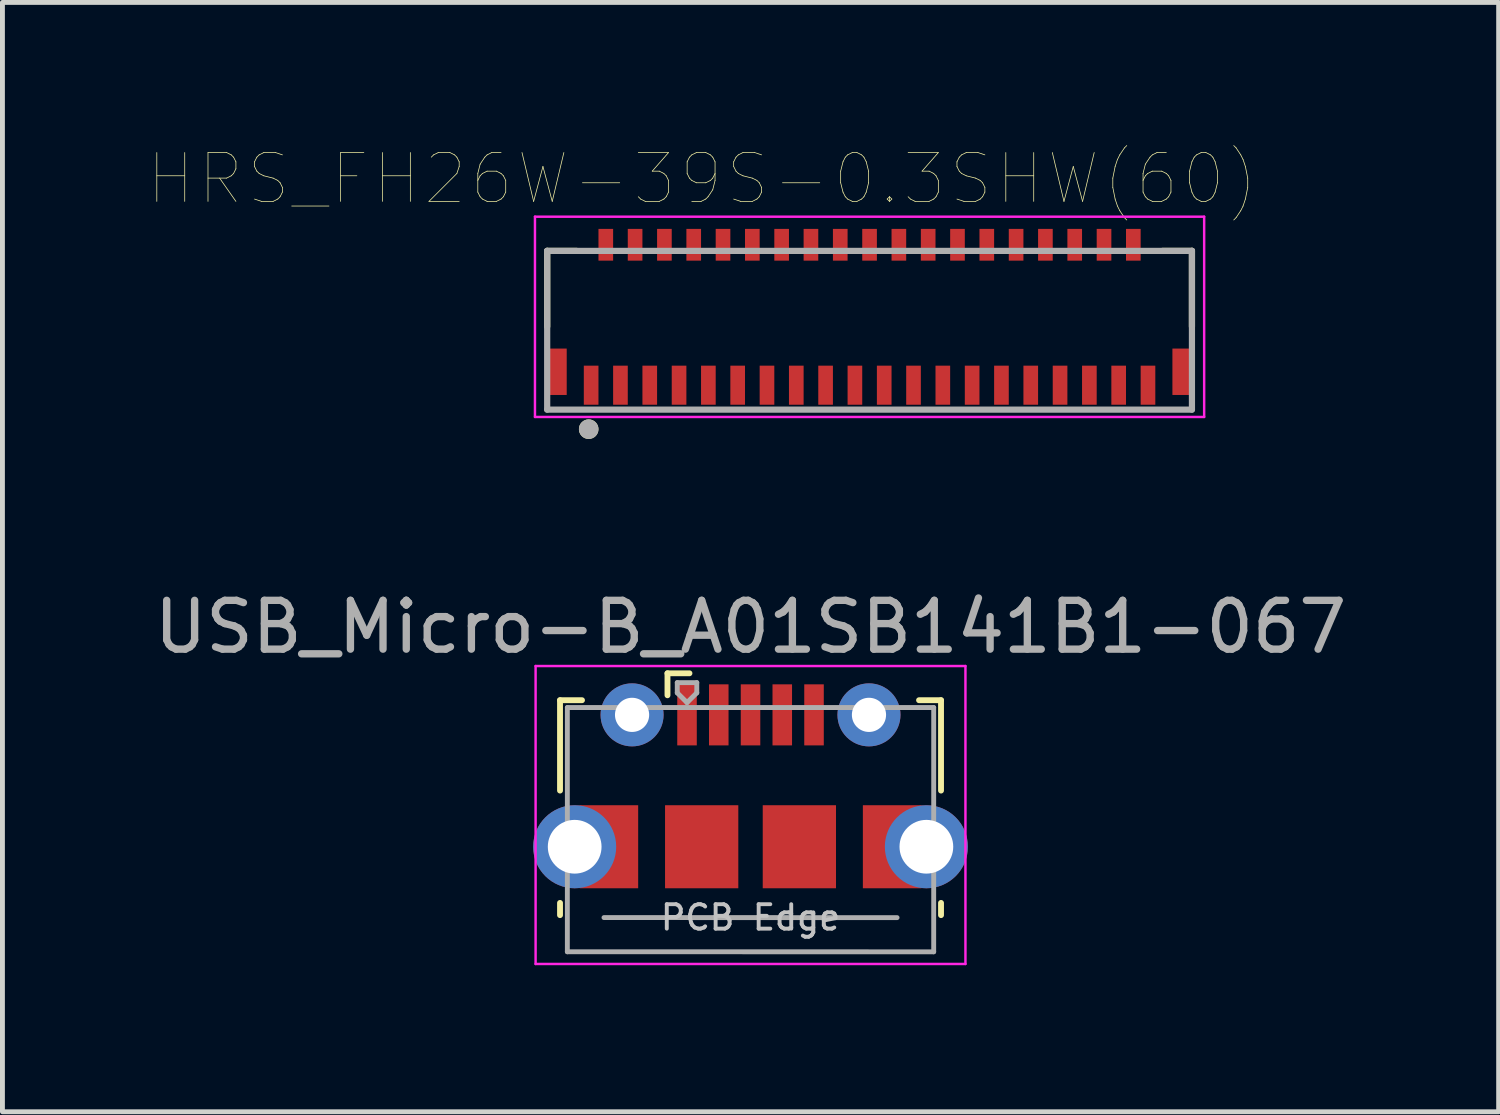
<source format=kicad_pcb>
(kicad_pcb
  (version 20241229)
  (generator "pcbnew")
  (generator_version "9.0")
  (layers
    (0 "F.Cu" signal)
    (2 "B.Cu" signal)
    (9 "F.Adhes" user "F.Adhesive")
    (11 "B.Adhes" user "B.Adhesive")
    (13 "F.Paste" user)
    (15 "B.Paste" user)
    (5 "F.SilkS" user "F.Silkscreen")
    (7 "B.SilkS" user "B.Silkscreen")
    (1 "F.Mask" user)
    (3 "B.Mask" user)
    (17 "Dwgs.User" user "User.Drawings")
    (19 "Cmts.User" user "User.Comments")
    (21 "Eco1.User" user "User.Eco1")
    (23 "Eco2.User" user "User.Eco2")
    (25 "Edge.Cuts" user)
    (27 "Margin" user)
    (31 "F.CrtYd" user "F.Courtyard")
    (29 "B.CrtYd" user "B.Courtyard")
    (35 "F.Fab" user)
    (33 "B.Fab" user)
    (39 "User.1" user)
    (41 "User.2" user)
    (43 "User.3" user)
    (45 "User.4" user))
  (footprint "HRS_FH26W-39S-0.3SHW(60)"
    (layer "F.Cu")
    (at 14.752 3.436)
    (property "Reference" "HRS_FH26W-39S-0.3SHW(60)" (at -3.425 -2.825 0) (layer "F.SilkS") (effects (font (size 1 1) (thickness 0.015))))
    (attr through_hole)
    (fp_line (start -6.6 -1.35) (end -6 -1.35) (stroke (width 0.127) (type solid)) (layer "F.SilkS"))
    (fp_line (start -6.6 0.2) (end -6.6 -1.35) (stroke (width 0.127) (type solid)) (layer "F.SilkS"))
    (fp_line (start 6.6 -1.35) (end 6 -1.35) (stroke (width 0.127) (type solid)) (layer "F.SilkS"))
    (fp_line (start 6.6 0.2) (end 6.6 -1.35) (stroke (width 0.127) (type solid)) (layer "F.SilkS"))
    (fp_circle (center -5.75 2.3) (end -5.65 2.3) (stroke (width 0.2) (type solid)) (fill no) (layer "F.SilkS"))
    (fp_line (start -6.85 -2.05) (end 6.85 -2.05) (stroke (width 0.05) (type solid)) (layer "F.CrtYd"))
    (fp_line (start -6.85 2.05) (end -6.85 -2.05) (stroke (width 0.05) (type solid)) (layer "F.CrtYd"))
    (fp_line (start 6.85 -2.05) (end 6.85 2.05) (stroke (width 0.05) (type solid)) (layer "F.CrtYd"))
    (fp_line (start 6.85 2.05) (end -6.85 2.05) (stroke (width 0.05) (type solid)) (layer "F.CrtYd"))
    (fp_line (start -6.6 -1.35) (end 6.6 -1.35) (stroke (width 0.127) (type solid)) (layer "F.Fab"))
    (fp_line (start -6.6 1.9) (end -6.6 -1.35) (stroke (width 0.127) (type solid)) (layer "F.Fab"))
    (fp_line (start 6.6 -1.35) (end 6.6 1.9) (stroke (width 0.127) (type solid)) (layer "F.Fab"))
    (fp_line (start 6.6 1.9) (end -6.6 1.9) (stroke (width 0.127) (type solid)) (layer "F.Fab"))
    (fp_circle (center -5.75 2.3) (end -5.65 2.3) (stroke (width 0.2) (type solid)) (fill no) (layer "F.Fab"))
    (pad "1" smd rect (at -5.7 1.4) (size 0.3 0.8) (layers "F.Cu" "F.Mask" "F.Paste"))
    (pad "2" smd rect (at -5.4 -1.475) (size 0.3 0.65) (layers "F.Cu" "F.Mask" "F.Paste"))
    (pad "3" smd rect (at -5.1 1.4) (size 0.3 0.8) (layers "F.Cu" "F.Mask" "F.Paste"))
    (pad "4" smd rect (at -4.8 -1.475) (size 0.3 0.65) (layers "F.Cu" "F.Mask" "F.Paste"))
    (pad "5" smd rect (at -4.5 1.4) (size 0.3 0.8) (layers "F.Cu" "F.Mask" "F.Paste"))
    (pad "6" smd rect (at -4.2 -1.475) (size 0.3 0.65) (layers "F.Cu" "F.Mask" "F.Paste"))
    (pad "7" smd rect (at -3.9 1.4) (size 0.3 0.8) (layers "F.Cu" "F.Mask" "F.Paste"))
    (pad "8" smd rect (at -3.6 -1.475) (size 0.3 0.65) (layers "F.Cu" "F.Mask" "F.Paste"))
    (pad "9" smd rect (at -3.3 1.4) (size 0.3 0.8) (layers "F.Cu" "F.Mask" "F.Paste"))
    (pad "10" smd rect (at -3 -1.475) (size 0.3 0.65) (layers "F.Cu" "F.Mask" "F.Paste"))
    (pad "11" smd rect (at -2.7 1.4) (size 0.3 0.8) (layers "F.Cu" "F.Mask" "F.Paste"))
    (pad "12" smd rect (at -2.4 -1.475) (size 0.3 0.65) (layers "F.Cu" "F.Mask" "F.Paste"))
    (pad "13" smd rect (at -2.1 1.4) (size 0.3 0.8) (layers "F.Cu" "F.Mask" "F.Paste"))
    (pad "14" smd rect (at -1.8 -1.475) (size 0.3 0.65) (layers "F.Cu" "F.Mask" "F.Paste"))
    (pad "15" smd rect (at -1.5 1.4) (size 0.3 0.8) (layers "F.Cu" "F.Mask" "F.Paste"))
    (pad "16" smd rect (at -1.2 -1.475) (size 0.3 0.65) (layers "F.Cu" "F.Mask" "F.Paste"))
    (pad "17" smd rect (at -0.9 1.4) (size 0.3 0.8) (layers "F.Cu" "F.Mask" "F.Paste"))
    (pad "18" smd rect (at -0.6 -1.475) (size 0.3 0.65) (layers "F.Cu" "F.Mask" "F.Paste"))
    (pad "19" smd rect (at -0.3 1.4) (size 0.3 0.8) (layers "F.Cu" "F.Mask" "F.Paste"))
    (pad "20" smd rect (at 0 -1.475) (size 0.3 0.65) (layers "F.Cu" "F.Mask" "F.Paste"))
    (pad "21" smd rect (at 0.3 1.4) (size 0.3 0.8) (layers "F.Cu" "F.Mask" "F.Paste"))
    (pad "22" smd rect (at 0.6 -1.475) (size 0.3 0.65) (layers "F.Cu" "F.Mask" "F.Paste"))
    (pad "23" smd rect (at 0.9 1.4) (size 0.3 0.8) (layers "F.Cu" "F.Mask" "F.Paste"))
    (pad "24" smd rect (at 1.2 -1.475) (size 0.3 0.65) (layers "F.Cu" "F.Mask" "F.Paste"))
    (pad "25" smd rect (at 1.5 1.4) (size 0.3 0.8) (layers "F.Cu" "F.Mask" "F.Paste"))
    (pad "26" smd rect (at 1.8 -1.475) (size 0.3 0.65) (layers "F.Cu" "F.Mask" "F.Paste"))
    (pad "27" smd rect (at 2.1 1.4) (size 0.3 0.8) (layers "F.Cu" "F.Mask" "F.Paste"))
    (pad "28" smd rect (at 2.4 -1.475) (size 0.3 0.65) (layers "F.Cu" "F.Mask" "F.Paste"))
    (pad "29" smd rect (at 2.7 1.4) (size 0.3 0.8) (layers "F.Cu" "F.Mask" "F.Paste"))
    (pad "30" smd rect (at 3 -1.475) (size 0.3 0.65) (layers "F.Cu" "F.Mask" "F.Paste"))
    (pad "31" smd rect (at 3.3 1.4) (size 0.3 0.8) (layers "F.Cu" "F.Mask" "F.Paste"))
    (pad "32" smd rect (at 3.6 -1.475) (size 0.3 0.65) (layers "F.Cu" "F.Mask" "F.Paste"))
    (pad "33" smd rect (at 3.9 1.4) (size 0.3 0.8) (layers "F.Cu" "F.Mask" "F.Paste"))
    (pad "34" smd rect (at 4.2 -1.475) (size 0.3 0.65) (layers "F.Cu" "F.Mask" "F.Paste"))
    (pad "35" smd rect (at 4.5 1.4) (size 0.3 0.8) (layers "F.Cu" "F.Mask" "F.Paste"))
    (pad "36" smd rect (at 4.8 -1.475) (size 0.3 0.65) (layers "F.Cu" "F.Mask" "F.Paste"))
    (pad "37" smd rect (at 5.1 1.4) (size 0.3 0.8) (layers "F.Cu" "F.Mask" "F.Paste"))
    (pad "38" smd rect (at 5.4 -1.475) (size 0.3 0.65) (layers "F.Cu" "F.Mask" "F.Paste"))
    (pad "39" smd rect (at 5.7 1.4) (size 0.3 0.8) (layers "F.Cu" "F.Mask" "F.Paste"))
    (pad "S1" smd rect (at -6.4 1.125) (size 0.4 0.95) (layers "F.Cu" "F.Mask" "F.Paste"))
    (pad "S2" smd rect (at 6.4 1.125) (size 0.4 0.95) (layers "F.Cu" "F.Mask" "F.Paste")))
  (footprint "USB_Micro-B_A01SB141B1-067"
    (layer "F.Cu")
    (at 12.315 14.285)
    (property "Reference" "USB_Micro-B_A01SB141B1-067" (at 0 -4.5 0) (layer "F.Fab") (effects (font (size 1 1) (thickness 0.15))))
    (attr smd)
    (fp_line (start -3.9 -3) (end -3.45 -3) (stroke (width 0.12) (type solid)) (layer "F.SilkS"))
    (fp_line (start -3.9 -1.15) (end -3.9 -3) (stroke (width 0.12) (type solid)) (layer "F.SilkS"))
    (fp_line (start -3.9 1.4) (end -3.9 1.15) (stroke (width 0.12) (type solid)) (layer "F.SilkS"))
    (fp_line (start -1.7 -3.551) (end -1.7 -3.101) (stroke (width 0.12) (type solid)) (layer "F.SilkS"))
    (fp_line (start -1.7 -3.551) (end -1.25 -3.551) (stroke (width 0.12) (type solid)) (layer "F.SilkS"))
    (fp_line (start 3.9 -3) (end 3.45 -3) (stroke (width 0.12) (type solid)) (layer "F.SilkS"))
    (fp_line (start 3.9 -1.15) (end 3.9 -3) (stroke (width 0.12) (type solid)) (layer "F.SilkS"))
    (fp_line (start 3.9 1.4) (end 3.9 1.15) (stroke (width 0.12) (type solid)) (layer "F.SilkS"))
    (fp_line (start -4.4 -3.7) (end 4.4 -3.7) (stroke (width 0.05) (type solid)) (layer "F.CrtYd"))
    (fp_line (start -4.4 2.4) (end -4.4 -3.7) (stroke (width 0.05) (type solid)) (layer "F.CrtYd"))
    (fp_line (start -4.4 2.4) (end 4.4 2.4) (stroke (width 0.05) (type solid)) (layer "F.CrtYd"))
    (fp_line (start 4.4 -3.7) (end 4.4 2.4) (stroke (width 0.05) (type solid)) (layer "F.CrtYd"))
    (fp_line (start -3.75 -2.85) (end 3.75 -2.85) (stroke (width 0.1) (type solid)) (layer "F.Fab"))
    (fp_line (start -3.75 2.15) (end -3.75 -2.85) (stroke (width 0.1) (type solid)) (layer "F.Fab"))
    (fp_line (start -3.75 2.15) (end 3.75 2.151) (stroke (width 0.1) (type solid)) (layer "F.Fab"))
    (fp_line (start -3 1.45) (end 3 1.451) (stroke (width 0.1) (type solid)) (layer "F.Fab"))
    (fp_line (start -1.5 -3.36) (end -1.5 -3.15) (stroke (width 0.1) (type solid)) (layer "F.Fab"))
    (fp_line (start -1.5 -3.36) (end -1.1 -3.36) (stroke (width 0.1) (type solid)) (layer "F.Fab"))
    (fp_line (start -1.3 -2.951) (end -1.5 -3.151) (stroke (width 0.1) (type solid)) (layer "F.Fab"))
    (fp_line (start -1.1 -3.36) (end -1.1 -3.15) (stroke (width 0.1) (type solid)) (layer "F.Fab"))
    (fp_line (start -1.1 -3.151) (end -1.3 -2.951) (stroke (width 0.1) (type solid)) (layer "F.Fab"))
    (fp_line (start 3.75 2.15) (end 3.75 -2.85) (stroke (width 0.1) (type solid)) (layer "F.Fab"))
    (fp_text user "PCB Edge" (at 0 1.449 0) (layer "Dwgs.User") (effects (font (size 0.5 0.5) (thickness 0.08))))
    (pad "1" smd rect (at -1.3 -2.7) (size 0.4 1.25) (layers "F.Cu" "F.Mask" "F.Paste"))
    (pad "2" smd rect (at -0.65 -2.7) (size 0.4 1.25) (layers "F.Cu" "F.Mask" "F.Paste"))
    (pad "3" smd rect (at 0 -2.7) (size 0.4 1.25) (layers "F.Cu" "F.Mask" "F.Paste"))
    (pad "4" smd rect (at 0.65 -2.7) (size 0.4 1.25) (layers "F.Cu" "F.Mask" "F.Paste"))
    (pad "5" smd rect (at 1.3 -2.7) (size 0.4 1.25) (layers "F.Cu" "F.Mask" "F.Paste"))
    (pad "6" thru_hole circle (at -2.425 -2.7) (size 1.29 1.29) (drill 0.7) (layers "*.Cu" "*.Mask" "F.Paste"))
    (pad "6" thru_hole circle (at 2.425 -2.7) (size 1.29 1.29) (drill 0.7) (layers "*.Cu" "*.Mask" "F.Paste"))
    (pad "GND" thru_hole circle (at -3.6 0 180) (size 1.7 1.7) (drill oval 1.1) (layers "*.Cu" "*.Mask" "F.Paste"))
    (pad "GND" smd rect (at -2.9 0) (size 1.2 1.7) (layers "F.Cu" "F.Mask" "F.Paste"))
    (pad "GND" smd rect (at -1 0) (size 1.5 1.7) (layers "F.Cu" "F.Mask" "F.Paste"))
    (pad "GND" smd rect (at 1 0) (size 1.5 1.7) (layers "F.Cu" "F.Mask" "F.Paste"))
    (pad "GND" smd rect (at 2.9 0) (size 1.2 1.7) (layers "F.Cu" "F.Mask" "F.Paste"))
    (pad "GND" thru_hole circle (at 3.6 0) (size 1.7 1.7) (drill oval 1.1) (layers "*.Cu" "*.Mask" "F.Paste")))
  (gr_rect
    (start -3 -3)
    (end 27.631 19.71)
    (stroke (width 0.1) (type default))
    (fill no)
    (layer "Edge.Cuts")))
</source>
